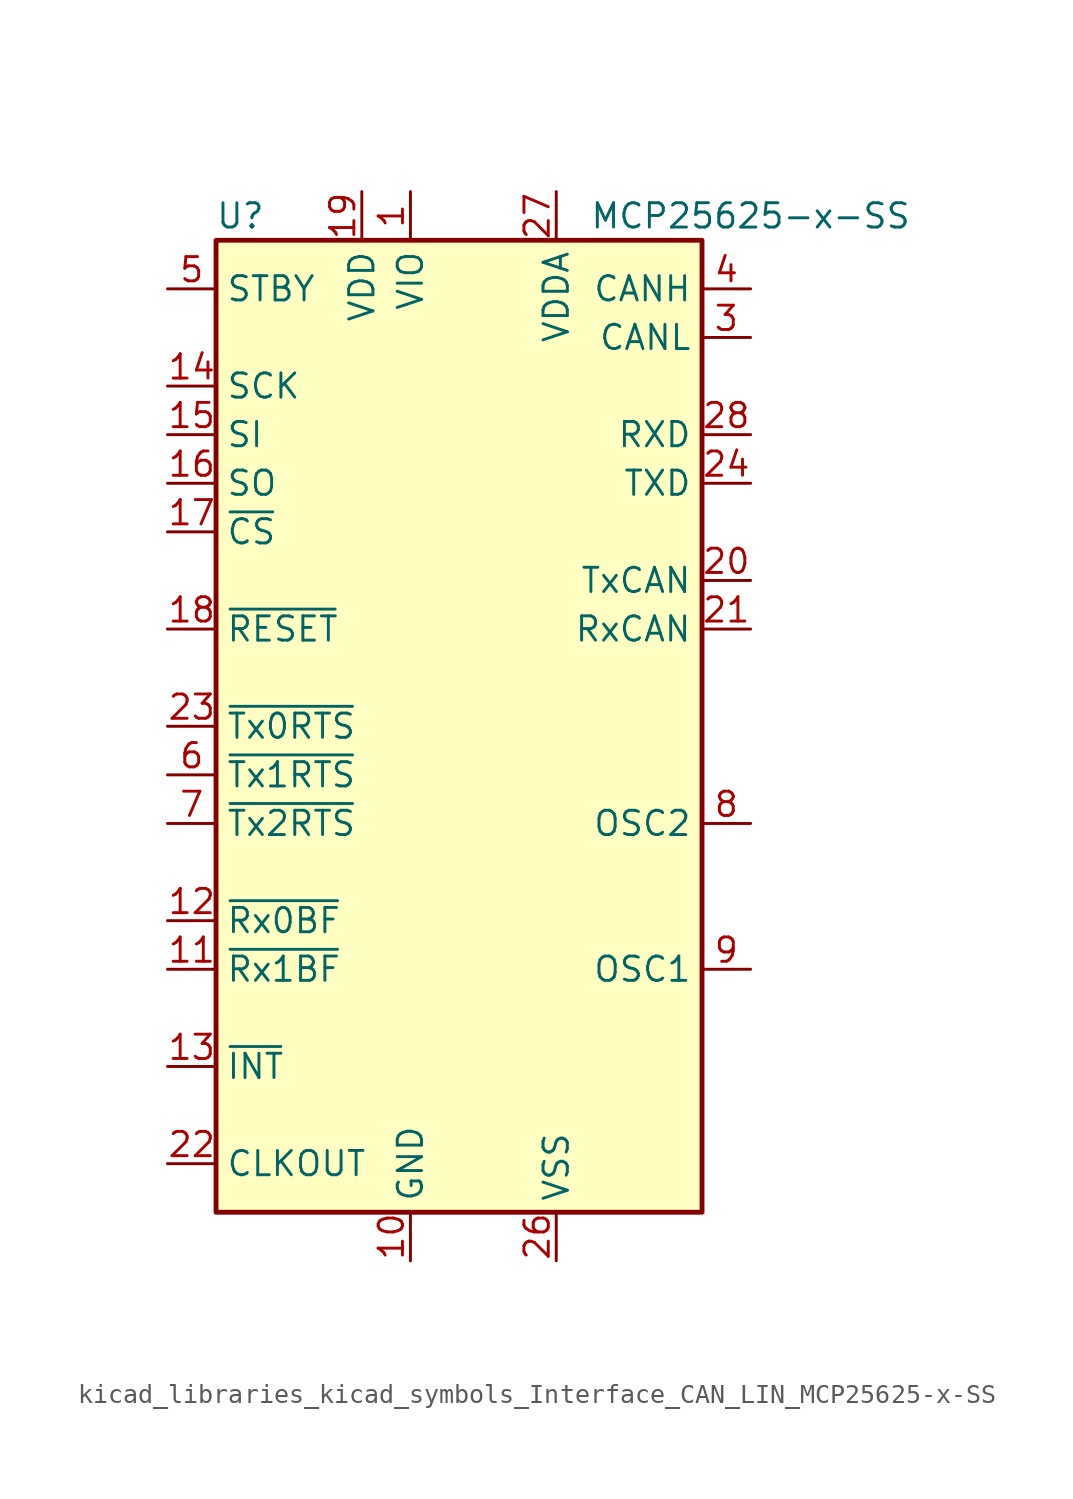
<source format=kicad_sym>
(kicad_symbol_lib
  (version 20220914)
  (generator kicad_symbol_editor)
  (symbol "kicad_libraries_kicad_symbols_Interface_CAN_LIN_MCP25625-x-SS"
    (property "Reference" "U"
      (at -11.43 26.67 0)
      (effects (font (size 1.27 1.27))))
    (property "Value" "MCP25625-x-SS"
      (at 15.24 26.67 0)
      (effects (font (size 1.27 1.27))))
    (symbol "kicad_libraries_kicad_symbols_Interface_CAN_LIN_MCP25625-x-SS_0_1"
      (rectangle (start -12.7 25.4) (end 12.7 -25.4) (stroke (width 0.254) (type default)) (fill (type background))))
    (symbol "kicad_libraries_kicad_symbols_Interface_CAN_LIN_MCP25625-x-SS_1_1"
      (pin power_in line (at -2.54 27.94 270) (length 2.54) (name "VIO" (effects (font (size 1.27 1.27)))) (number "1" (effects (font (size 1.27 1.27)))))
      (pin power_in line (at -2.54 -27.94 90) (length 2.54) (name "GND" (effects (font (size 1.27 1.27)))) (number "10" (effects (font (size 1.27 1.27)))))
      (pin output line (at -15.24 -12.7 0) (length 2.54) (name "~{Rx1BF}" (effects (font (size 1.27 1.27)))) (number "11" (effects (font (size 1.27 1.27)))))
      (pin output line (at -15.24 -10.16 0) (length 2.54) (name "~{Rx0BF}" (effects (font (size 1.27 1.27)))) (number "12" (effects (font (size 1.27 1.27)))))
      (pin output line (at -15.24 -17.78 0) (length 2.54) (name "~{INT}" (effects (font (size 1.27 1.27)))) (number "13" (effects (font (size 1.27 1.27)))))
      (pin input line (at -15.24 17.78 0) (length 2.54) (name "SCK" (effects (font (size 1.27 1.27)))) (number "14" (effects (font (size 1.27 1.27)))))
      (pin input line (at -15.24 15.24 0) (length 2.54) (name "SI" (effects (font (size 1.27 1.27)))) (number "15" (effects (font (size 1.27 1.27)))))
      (pin output line (at -15.24 12.7 0) (length 2.54) (name "SO" (effects (font (size 1.27 1.27)))) (number "16" (effects (font (size 1.27 1.27)))))
      (pin input line (at -15.24 10.16 0) (length 2.54) (name "~{CS}" (effects (font (size 1.27 1.27)))) (number "17" (effects (font (size 1.27 1.27)))))
      (pin input line (at -15.24 5.08 0) (length 2.54) (name "~{RESET}" (effects (font (size 1.27 1.27)))) (number "18" (effects (font (size 1.27 1.27)))))
      (pin power_in line (at -5.08 27.94 270) (length 2.54) (name "VDD" (effects (font (size 1.27 1.27)))) (number "19" (effects (font (size 1.27 1.27)))))
      (pin no_connect line (at 12.7 -15.24 180) (length 2.54) hide (name "NC" (effects (font (size 1.27 1.27)))) (number "2" (effects (font (size 1.27 1.27)))))
      (pin output line (at 15.24 7.62 180) (length 2.54) (name "TxCAN" (effects (font (size 1.27 1.27)))) (number "20" (effects (font (size 1.27 1.27)))))
      (pin input line (at 15.24 5.08 180) (length 2.54) (name "RxCAN" (effects (font (size 1.27 1.27)))) (number "21" (effects (font (size 1.27 1.27)))))
      (pin output line (at -15.24 -22.86 0) (length 2.54) (name "CLKOUT" (effects (font (size 1.27 1.27)))) (number "22" (effects (font (size 1.27 1.27)))))
      (pin input line (at -15.24 0 0) (length 2.54) (name "~{Tx0RTS}" (effects (font (size 1.27 1.27)))) (number "23" (effects (font (size 1.27 1.27)))))
      (pin input line (at 15.24 12.7 180) (length 2.54) (name "TXD" (effects (font (size 1.27 1.27)))) (number "24" (effects (font (size 1.27 1.27)))))
      (pin no_connect line (at 12.7 -17.78 180) (length 2.54) hide (name "NC" (effects (font (size 1.27 1.27)))) (number "25" (effects (font (size 1.27 1.27)))))
      (pin power_in line (at 5.08 -27.94 90) (length 2.54) (name "VSS" (effects (font (size 1.27 1.27)))) (number "26" (effects (font (size 1.27 1.27)))))
      (pin power_in line (at 5.08 27.94 270) (length 2.54) (name "VDDA" (effects (font (size 1.27 1.27)))) (number "27" (effects (font (size 1.27 1.27)))))
      (pin output line (at 15.24 15.24 180) (length 2.54) (name "RXD" (effects (font (size 1.27 1.27)))) (number "28" (effects (font (size 1.27 1.27)))))
      (pin bidirectional line (at 15.24 20.32 180) (length 2.54) (name "CANL" (effects (font (size 1.27 1.27)))) (number "3" (effects (font (size 1.27 1.27)))))
      (pin bidirectional line (at 15.24 22.86 180) (length 2.54) (name "CANH" (effects (font (size 1.27 1.27)))) (number "4" (effects (font (size 1.27 1.27)))))
      (pin input line (at -15.24 22.86 0) (length 2.54) (name "STBY" (effects (font (size 1.27 1.27)))) (number "5" (effects (font (size 1.27 1.27)))))
      (pin input line (at -15.24 -2.54 0) (length 2.54) (name "~{Tx1RTS}" (effects (font (size 1.27 1.27)))) (number "6" (effects (font (size 1.27 1.27)))))
      (pin input line (at -15.24 -5.08 0) (length 2.54) (name "~{Tx2RTS}" (effects (font (size 1.27 1.27)))) (number "7" (effects (font (size 1.27 1.27)))))
      (pin output line (at 15.24 -5.08 180) (length 2.54) (name "OSC2" (effects (font (size 1.27 1.27)))) (number "8" (effects (font (size 1.27 1.27)))))
      (pin input line (at 15.24 -12.7 180) (length 2.54) (name "OSC1" (effects (font (size 1.27 1.27)))) (number "9" (effects (font (size 1.27 1.27))))))))
</source>
